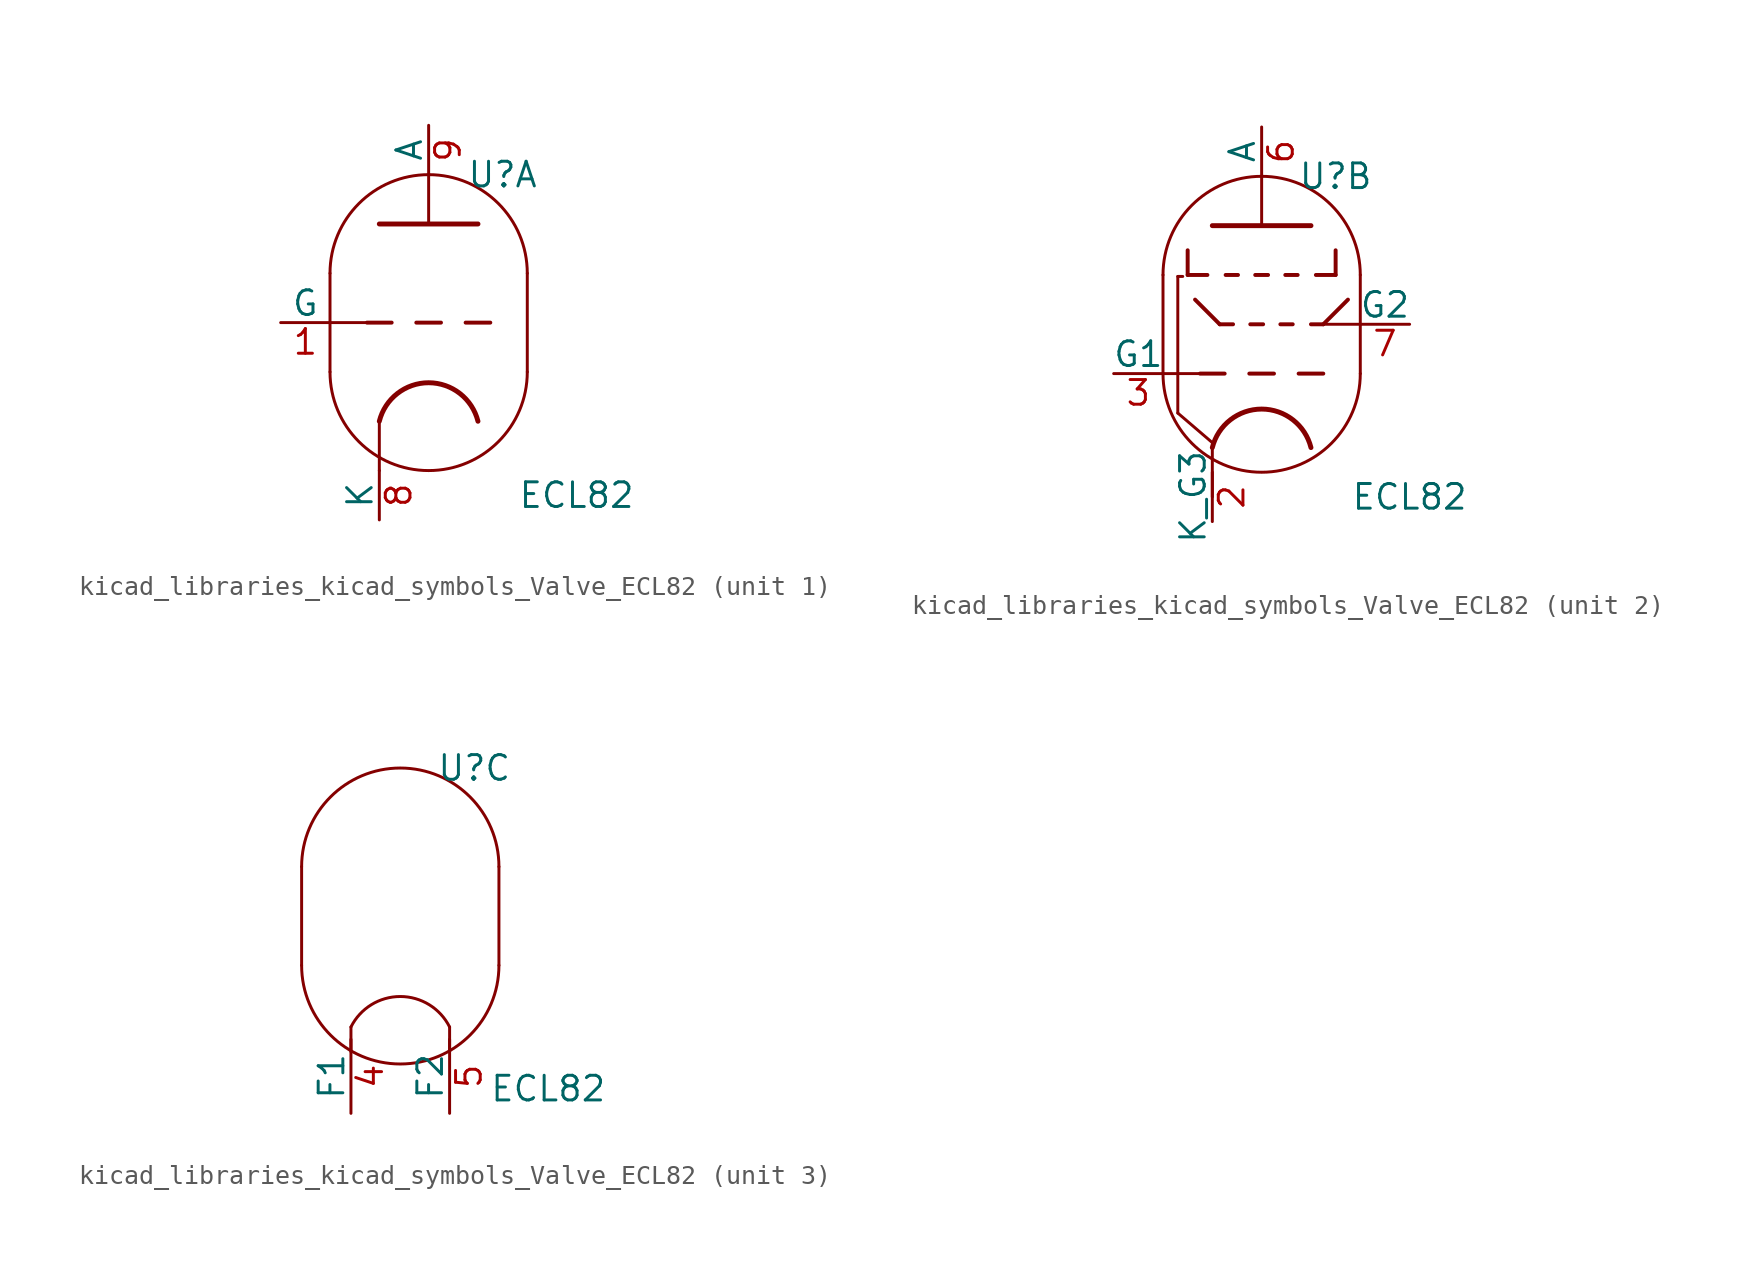
<source format=kicad_sym>
(kicad_symbol_lib
  (version 20220914)
  (generator kicad_symbol_editor)
  (symbol "kicad_libraries_kicad_symbols_Valve_ECL82"
    (pin_names
      (offset 0))
    (property "Reference" "U"
      (at 3.81 7.62 0)
      (effects (font (size 1.27 1.27))))
    (property "Value" "ECL82"
      (at 7.62 -8.89 0)
      (effects (font (size 1.27 1.27))))
    (property "ki_locked" ""
      (at 0 0 0)
      (effects (font (size 1.27 1.27))))
    (symbol "kicad_libraries_kicad_symbols_Valve_ECL82_0_1"
      (arc (start -5.08 -2.54) (mid 0 -7.5979) (end 5.08 -2.54) (stroke (width 0) (type default)) (fill (type none)))
      (polyline (pts (xy 5.08 2.54) (xy 5.08 -2.54)) (stroke (width 0) (type default)) (fill (type none)))
      (polyline (pts (xy -5.08 2.54) (xy -5.08 -2.54) (xy -5.08 -2.54) (xy -5.08 -2.54)) (stroke (width 0) (type default)) (fill (type none)))
      (arc (start 5.08 2.54) (mid 0 7.5979) (end -5.08 2.54) (stroke (width 0) (type default)) (fill (type none))))
    (symbol "kicad_libraries_kicad_symbols_Valve_ECL82_1_0"
      (polyline (pts (xy -2.54 -5.08) (xy -2.54 -7.62)) (stroke (width 0) (type default)) (fill (type none))))
    (symbol "kicad_libraries_kicad_symbols_Valve_ECL82_1_1"
      (polyline (pts (xy -5.08 0) (xy -3.175 0)) (stroke (width 0) (type default)) (fill (type none)))
      (polyline (pts (xy -1.905 0) (xy -3.175 0)) (stroke (width 0.203) (type default)) (fill (type none)))
      (polyline (pts (xy -0.635 0) (xy 0.635 0)) (stroke (width 0.203) (type default)) (fill (type none)))
      (polyline (pts (xy 0 5.08) (xy 0 7.62)) (stroke (width 0) (type default)) (fill (type none)))
      (polyline (pts (xy 1.905 0) (xy 3.175 0)) (stroke (width 0.203) (type default)) (fill (type none)))
      (polyline (pts (xy -2.54 5.08) (xy 2.54 5.08) (xy 2.54 5.08)) (stroke (width 0.254) (type default)) (fill (type none)))
      (arc (start 2.54 -5.08) (mid 0 -3.0968) (end -2.54 -5.08) (stroke (width 0.254) (type default)) (fill (type none)))
      (pin input line (at -7.62 0 0) (length 2.54) (name "G" (effects (font (size 1.27 1.27)))) (number "1" (effects (font (size 1.27 1.27)))))
      (pin bidirectional line (at -2.54 -10.16 90) (length 2.54) (name "K" (effects (font (size 1.27 1.27)))) (number "8" (effects (font (size 1.27 1.27)))))
      (pin output line (at 0 10.16 270) (length 2.54) (name "A" (effects (font (size 1.27 1.27)))) (number "9" (effects (font (size 1.27 1.27))))))
    (symbol "kicad_libraries_kicad_symbols_Valve_ECL82_2_0"
      (polyline (pts (xy -2.54 -6.35) (xy -2.54 -8.89)) (stroke (width 0) (type default)) (fill (type none)))
      (polyline (pts (xy 0 5.08) (xy 0 7.62)) (stroke (width 0) (type default)) (fill (type none)))
      (polyline (pts (xy 2.54 0) (xy 3.175 0)) (stroke (width 0.203) (type default)) (fill (type none)))
      (polyline (pts (xy 4.445 1.27) (xy 3.175 0)) (stroke (width 0.203) (type default)) (fill (type none))))
    (symbol "kicad_libraries_kicad_symbols_Valve_ECL82_2_1"
      (polyline (pts (xy -5.08 -2.54) (xy -3.175 -2.54)) (stroke (width 0) (type default)) (fill (type none)))
      (polyline (pts (xy -4.318 -4.572) (xy -4.318 2.464)) (stroke (width 0.152) (type default)) (fill (type none)))
      (polyline (pts (xy -4.318 -4.572) (xy -2.54 -6.096)) (stroke (width 0.152) (type default)) (fill (type none)))
      (polyline (pts (xy -4.064 2.464) (xy -4.318 2.464)) (stroke (width 0.152) (type default)) (fill (type none)))
      (polyline (pts (xy -3.81 2.54) (xy -2.794 2.54)) (stroke (width 0.203) (type default)) (fill (type none)))
      (polyline (pts (xy -3.81 3.81) (xy -3.81 2.54)) (stroke (width 0.203) (type default)) (fill (type none)))
      (polyline (pts (xy -3.429 1.27) (xy -2.159 0)) (stroke (width 0.203) (type default)) (fill (type none)))
      (polyline (pts (xy -2.159 0) (xy -1.473 0)) (stroke (width 0.203) (type default)) (fill (type none)))
      (polyline (pts (xy -1.905 -2.54) (xy -3.175 -2.54)) (stroke (width 0.203) (type default)) (fill (type none)))
      (polyline (pts (xy -1.854 2.54) (xy -1.219 2.54)) (stroke (width 0.203) (type default)) (fill (type none)))
      (polyline (pts (xy -0.635 -2.54) (xy 0.635 -2.54)) (stroke (width 0.203) (type default)) (fill (type none)))
      (polyline (pts (xy -0.584 0) (xy 0.076 0)) (stroke (width 0.203) (type default)) (fill (type none)))
      (polyline (pts (xy -0.33 2.54) (xy 0.33 2.54)) (stroke (width 0.203) (type default)) (fill (type none)))
      (polyline (pts (xy 0.965 0) (xy 1.6 0)) (stroke (width 0.203) (type default)) (fill (type none)))
      (polyline (pts (xy 1.219 2.54) (xy 1.854 2.54)) (stroke (width 0.203) (type default)) (fill (type none)))
      (polyline (pts (xy 1.905 -2.54) (xy 3.175 -2.54)) (stroke (width 0.203) (type default)) (fill (type none)))
      (polyline (pts (xy 3.175 0) (xy 5.08 0)) (stroke (width 0) (type default)) (fill (type none)))
      (polyline (pts (xy 3.81 2.54) (xy 2.794 2.54)) (stroke (width 0.203) (type default)) (fill (type none)))
      (polyline (pts (xy 3.81 3.81) (xy 3.81 2.54)) (stroke (width 0.203) (type default)) (fill (type none)))
      (polyline (pts (xy -2.54 5.08) (xy 2.54 5.08) (xy 2.54 5.08)) (stroke (width 0.254) (type default)) (fill (type none)))
      (arc (start 2.54 -6.35) (mid 0 -4.3668) (end -2.54 -6.35) (stroke (width 0.254) (type default)) (fill (type none)))
      (pin bidirectional line (at -2.54 -10.16 90) (length 2.54) (name "K_G3" (effects (font (size 1.27 1.27)))) (number "2" (effects (font (size 1.27 1.27)))))
      (pin input line (at -7.62 -2.54 0) (length 2.54) (name "G1" (effects (font (size 1.27 1.27)))) (number "3" (effects (font (size 1.27 1.27)))))
      (pin output line (at 0 10.16 270) (length 2.54) (name "A" (effects (font (size 1.27 1.27)))) (number "6" (effects (font (size 1.27 1.27)))))
      (pin input line (at 7.62 0 180) (length 2.54) (name "G2" (effects (font (size 1.27 1.27)))) (number "7" (effects (font (size 1.27 1.27))))))
    (symbol "kicad_libraries_kicad_symbols_Valve_ECL82_3_1"
      (polyline (pts (xy -2.54 -6.985) (xy -2.54 -5.715) (xy -2.54 -5.715)) (stroke (width 0) (type default)) (fill (type none)))
      (polyline (pts (xy 2.54 -6.985) (xy 2.54 -5.715) (xy 2.54 -5.715) (xy 2.54 -5.715)) (stroke (width 0) (type default)) (fill (type none)))
      (arc (start 2.54 -5.715) (mid 0 -4.1452) (end -2.54 -5.715) (stroke (width 0) (type default)) (fill (type none)))
      (pin power_in line (at -2.54 -10.16 90) (length 3.81) (name "F1" (effects (font (size 1.27 1.27)))) (number "4" (effects (font (size 1.27 1.27)))))
      (pin power_in line (at 2.54 -10.16 90) (length 3.81) (name "F2" (effects (font (size 1.27 1.27)))) (number "5" (effects (font (size 1.27 1.27))))))))
</source>
